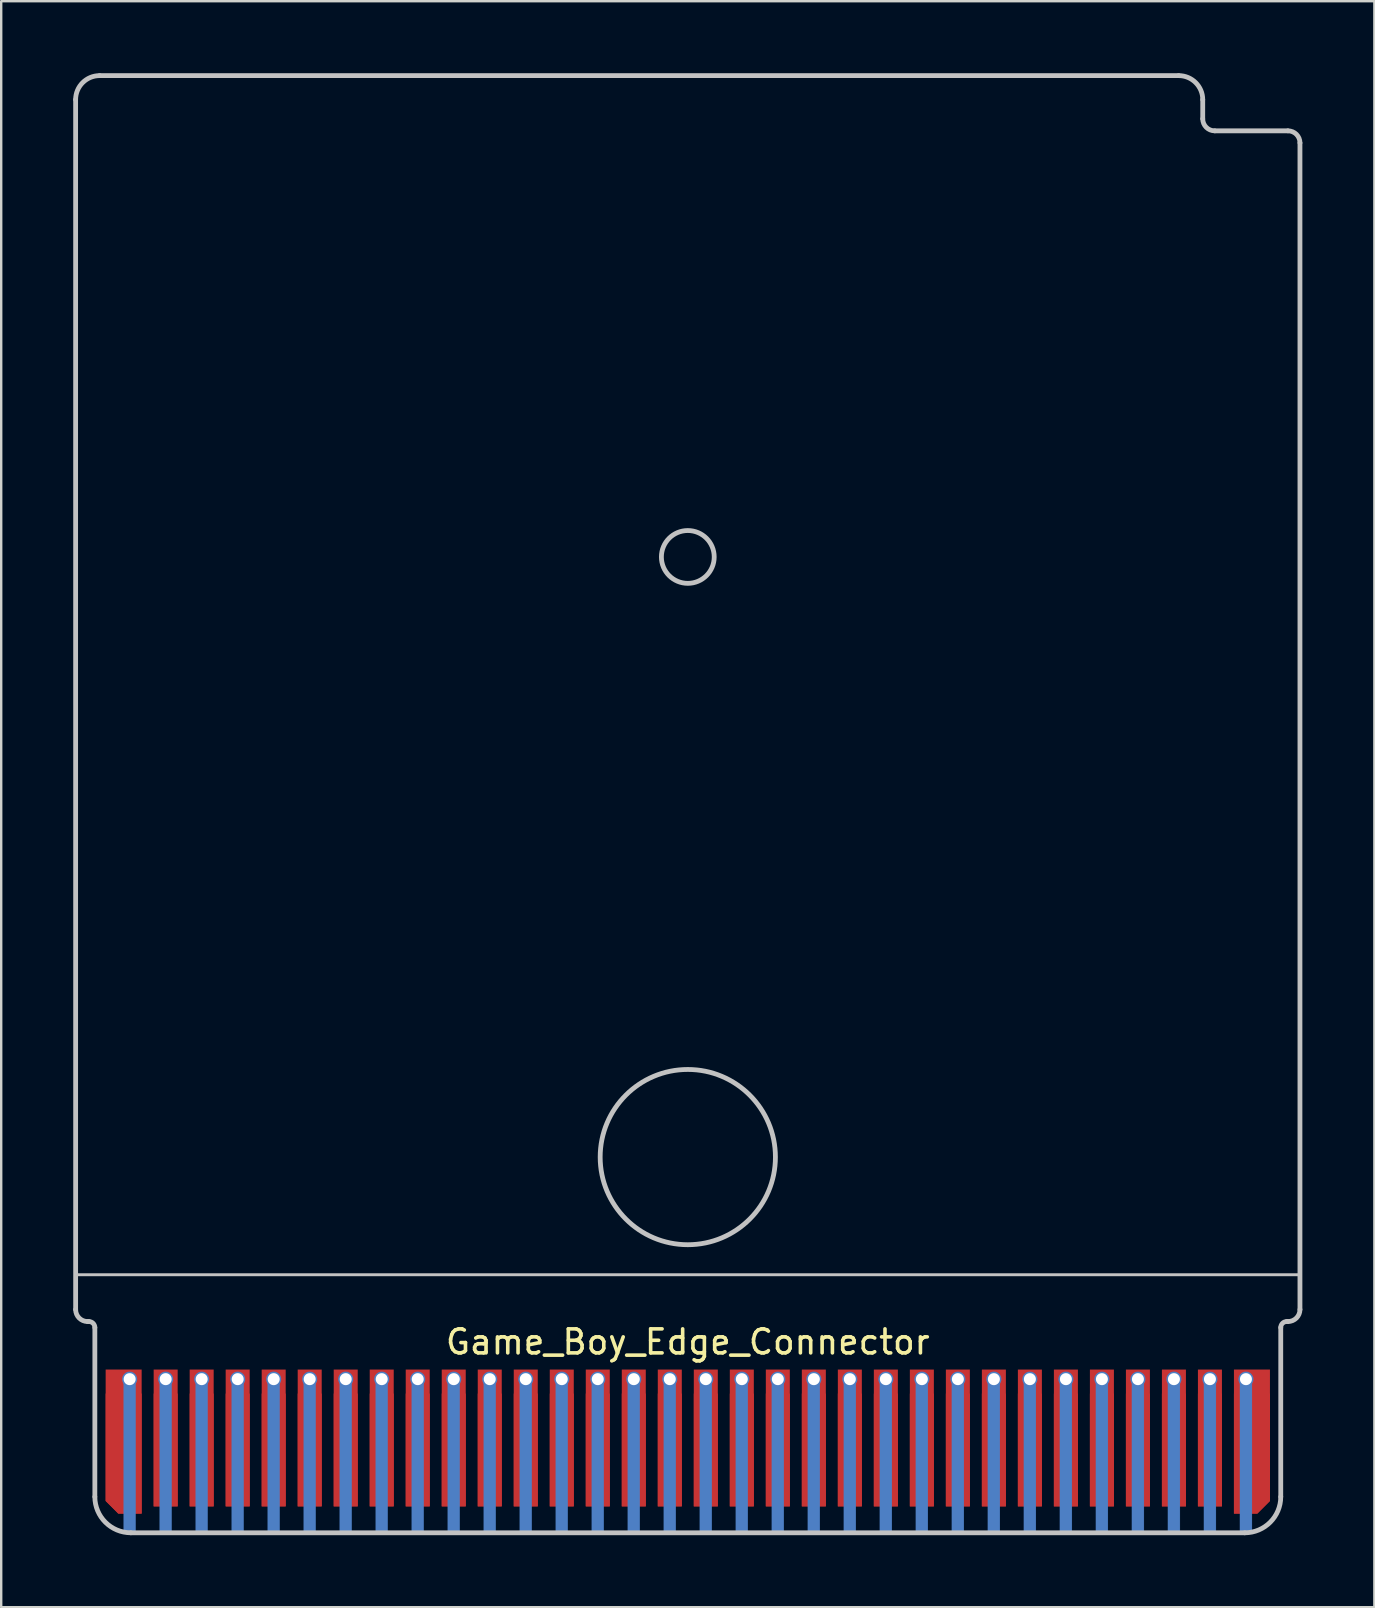
<source format=kicad_pcb>
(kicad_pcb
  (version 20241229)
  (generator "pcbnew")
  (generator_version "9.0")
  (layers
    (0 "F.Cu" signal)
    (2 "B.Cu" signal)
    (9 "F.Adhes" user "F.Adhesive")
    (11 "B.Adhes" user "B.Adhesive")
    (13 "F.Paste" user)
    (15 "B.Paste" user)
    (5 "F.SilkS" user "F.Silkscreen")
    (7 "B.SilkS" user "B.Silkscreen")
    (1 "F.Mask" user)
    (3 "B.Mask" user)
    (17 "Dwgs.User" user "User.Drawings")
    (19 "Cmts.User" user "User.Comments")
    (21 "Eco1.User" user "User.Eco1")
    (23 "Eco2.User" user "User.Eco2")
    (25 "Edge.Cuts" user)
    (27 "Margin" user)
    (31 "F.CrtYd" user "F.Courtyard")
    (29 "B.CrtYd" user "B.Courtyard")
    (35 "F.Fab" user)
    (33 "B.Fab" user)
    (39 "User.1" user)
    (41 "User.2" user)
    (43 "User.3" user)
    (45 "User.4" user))
  (footprint "Game_Boy_Edge_Connector"
    (layer "F.Cu")
    (at 25.601 56.85)
    (property "Reference" "Game_Boy_Edge_Connector" (at 0 -4 0) (unlocked yes) (layer "F.SilkS") (effects (font (size 1 1) (thickness 0.15))))
    (attr smd)
    (fp_rect (start -24.7 -1.85) (end 24.7 3.95) (stroke (width 0) (type solid)) (fill yes) (layer "F.Mask"))
    (fp_rect (start -23 -2.45) (end -23.5 3.95) (stroke (width 0.01) (type solid)) (fill yes) (layer "B.Cu"))
    (fp_rect (start -21.5 -2.45) (end -22 3.95) (stroke (width 0.01) (type solid)) (fill yes) (layer "B.Cu"))
    (fp_rect (start -20 -2.45) (end -20.5 3.95) (stroke (width 0.01) (type solid)) (fill yes) (layer "B.Cu"))
    (fp_rect (start -18.5 -2.45) (end -19 3.95) (stroke (width 0.01) (type solid)) (fill yes) (layer "B.Cu"))
    (fp_rect (start -17 -2.45) (end -17.5 3.95) (stroke (width 0.01) (type solid)) (fill yes) (layer "B.Cu"))
    (fp_rect (start -15.5 -2.45) (end -16 3.95) (stroke (width 0.01) (type solid)) (fill yes) (layer "B.Cu"))
    (fp_rect (start -14 -2.45) (end -14.5 3.95) (stroke (width 0.01) (type solid)) (fill yes) (layer "B.Cu"))
    (fp_rect (start -12.5 -2.45) (end -13 3.95) (stroke (width 0.01) (type solid)) (fill yes) (layer "B.Cu"))
    (fp_rect (start -11 -2.45) (end -11.5 3.95) (stroke (width 0.01) (type solid)) (fill yes) (layer "B.Cu"))
    (fp_rect (start -9.5 -2.45) (end -10 3.95) (stroke (width 0.01) (type solid)) (fill yes) (layer "B.Cu"))
    (fp_rect (start -8 -2.45) (end -8.5 3.95) (stroke (width 0.01) (type solid)) (fill yes) (layer "B.Cu"))
    (fp_rect (start -6.5 -2.45) (end -7 3.95) (stroke (width 0.01) (type solid)) (fill yes) (layer "B.Cu"))
    (fp_rect (start -5 -2.45) (end -5.5 3.95) (stroke (width 0.01) (type solid)) (fill yes) (layer "B.Cu"))
    (fp_rect (start -3.5 -2.45) (end -4 3.95) (stroke (width 0.01) (type solid)) (fill yes) (layer "B.Cu"))
    (fp_rect (start -2 -2.45) (end -2.5 3.95) (stroke (width 0.01) (type solid)) (fill yes) (layer "B.Cu"))
    (fp_rect (start -0.5 -2.45) (end -1 3.95) (stroke (width 0.01) (type solid)) (fill yes) (layer "B.Cu"))
    (fp_rect (start 1 -2.45) (end 0.5 3.95) (stroke (width 0.01) (type solid)) (fill yes) (layer "B.Cu"))
    (fp_rect (start 2.5 -2.45) (end 2 3.95) (stroke (width 0.01) (type solid)) (fill yes) (layer "B.Cu"))
    (fp_rect (start 4 -2.45) (end 3.5 3.95) (stroke (width 0.01) (type solid)) (fill yes) (layer "B.Cu"))
    (fp_rect (start 5.5 -2.45) (end 5 3.95) (stroke (width 0.01) (type solid)) (fill yes) (layer "B.Cu"))
    (fp_rect (start 7 -2.45) (end 6.5 3.95) (stroke (width 0.01) (type solid)) (fill yes) (layer "B.Cu"))
    (fp_rect (start 8.5 -2.45) (end 8 3.95) (stroke (width 0.01) (type solid)) (fill yes) (layer "B.Cu"))
    (fp_rect (start 10 -2.45) (end 9.5 3.95) (stroke (width 0.01) (type solid)) (fill yes) (layer "B.Cu"))
    (fp_rect (start 11.5 -2.45) (end 11 3.95) (stroke (width 0.01) (type solid)) (fill yes) (layer "B.Cu"))
    (fp_rect (start 13 -2.45) (end 12.5 3.95) (stroke (width 0.01) (type solid)) (fill yes) (layer "B.Cu"))
    (fp_rect (start 14.5 -2.45) (end 14 3.95) (stroke (width 0.01) (type solid)) (fill yes) (layer "B.Cu"))
    (fp_rect (start 16 -2.45) (end 15.5 3.95) (stroke (width 0.01) (type solid)) (fill yes) (layer "B.Cu"))
    (fp_rect (start 17.5 -2.45) (end 17 3.95) (stroke (width 0.01) (type solid)) (fill yes) (layer "B.Cu"))
    (fp_rect (start 19 -2.45) (end 18.5 3.95) (stroke (width 0.01) (type solid)) (fill yes) (layer "B.Cu"))
    (fp_rect (start 20.5 -2.45) (end 20 3.95) (stroke (width 0.01) (type solid)) (fill yes) (layer "B.Cu"))
    (fp_rect (start 22 -2.45) (end 21.5 3.95) (stroke (width 0.01) (type solid)) (fill yes) (layer "B.Cu"))
    (fp_rect (start 23.5 -2.45) (end 23 3.95) (stroke (width 0.01) (type solid)) (fill yes) (layer "B.Cu"))
    (fp_circle (center -23.25 -2.45) (end -23.012 -2.54) (stroke (width 0.12) (type solid)) (fill no) (layer "B.Cu"))
    (fp_circle (center -21.75 -2.45) (end -21.512 -2.54) (stroke (width 0.12) (type solid)) (fill no) (layer "B.Cu"))
    (fp_circle (center -20.25 -2.45) (end -20.012 -2.54) (stroke (width 0.12) (type solid)) (fill no) (layer "B.Cu"))
    (fp_circle (center -18.75 -2.45) (end -18.512 -2.54) (stroke (width 0.12) (type solid)) (fill no) (layer "B.Cu"))
    (fp_circle (center -17.25 -2.45) (end -17.012 -2.54) (stroke (width 0.12) (type solid)) (fill no) (layer "B.Cu"))
    (fp_circle (center -15.75 -2.45) (end -15.512 -2.54) (stroke (width 0.12) (type solid)) (fill no) (layer "B.Cu"))
    (fp_circle (center -14.25 -2.45) (end -14.012 -2.54) (stroke (width 0.12) (type solid)) (fill no) (layer "B.Cu"))
    (fp_circle (center -12.75 -2.45) (end -12.512 -2.54) (stroke (width 0.12) (type solid)) (fill no) (layer "B.Cu"))
    (fp_circle (center -11.25 -2.45) (end -11.012 -2.54) (stroke (width 0.12) (type solid)) (fill no) (layer "B.Cu"))
    (fp_circle (center -9.75 -2.45) (end -9.512 -2.54) (stroke (width 0.12) (type solid)) (fill no) (layer "B.Cu"))
    (fp_circle (center -8.25 -2.45) (end -8.012 -2.54) (stroke (width 0.12) (type solid)) (fill no) (layer "B.Cu"))
    (fp_circle (center -6.75 -2.45) (end -6.512 -2.54) (stroke (width 0.12) (type solid)) (fill no) (layer "B.Cu"))
    (fp_circle (center -5.25 -2.45) (end -5.012 -2.54) (stroke (width 0.12) (type solid)) (fill no) (layer "B.Cu"))
    (fp_circle (center -3.75 -2.45) (end -3.512 -2.54) (stroke (width 0.12) (type solid)) (fill no) (layer "B.Cu"))
    (fp_circle (center -2.25 -2.45) (end -2.012 -2.54) (stroke (width 0.12) (type solid)) (fill no) (layer "B.Cu"))
    (fp_circle (center -0.75 -2.45) (end -0.512 -2.54) (stroke (width 0.12) (type solid)) (fill no) (layer "B.Cu"))
    (fp_circle (center 0.75 -2.45) (end 0.988 -2.54) (stroke (width 0.12) (type solid)) (fill no) (layer "B.Cu"))
    (fp_circle (center 2.25 -2.45) (end 2.488 -2.54) (stroke (width 0.12) (type solid)) (fill no) (layer "B.Cu"))
    (fp_circle (center 3.75 -2.45) (end 3.988 -2.54) (stroke (width 0.12) (type solid)) (fill no) (layer "B.Cu"))
    (fp_circle (center 5.25 -2.45) (end 5.488 -2.54) (stroke (width 0.12) (type solid)) (fill no) (layer "B.Cu"))
    (fp_circle (center 6.75 -2.45) (end 6.988 -2.54) (stroke (width 0.12) (type solid)) (fill no) (layer "B.Cu"))
    (fp_circle (center 8.25 -2.45) (end 8.488 -2.54) (stroke (width 0.12) (type solid)) (fill no) (layer "B.Cu"))
    (fp_circle (center 9.75 -2.45) (end 9.988 -2.54) (stroke (width 0.12) (type solid)) (fill no) (layer "B.Cu"))
    (fp_circle (center 11.25 -2.45) (end 11.488 -2.54) (stroke (width 0.12) (type solid)) (fill no) (layer "B.Cu"))
    (fp_circle (center 12.75 -2.45) (end 12.988 -2.54) (stroke (width 0.12) (type solid)) (fill no) (layer "B.Cu"))
    (fp_circle (center 14.25 -2.45) (end 14.488 -2.54) (stroke (width 0.12) (type solid)) (fill no) (layer "B.Cu"))
    (fp_circle (center 15.75 -2.45) (end 15.988 -2.54) (stroke (width 0.12) (type solid)) (fill no) (layer "B.Cu"))
    (fp_circle (center 17.25 -2.45) (end 17.488 -2.54) (stroke (width 0.12) (type solid)) (fill no) (layer "B.Cu"))
    (fp_circle (center 18.75 -2.45) (end 18.988 -2.54) (stroke (width 0.12) (type solid)) (fill no) (layer "B.Cu"))
    (fp_circle (center 20.25 -2.45) (end 20.488 -2.54) (stroke (width 0.12) (type solid)) (fill no) (layer "B.Cu"))
    (fp_circle (center 21.75 -2.45) (end 21.988 -2.54) (stroke (width 0.12) (type solid)) (fill no) (layer "B.Cu"))
    (fp_circle (center 23.25 -2.45) (end 23.488 -2.54) (stroke (width 0.12) (type solid)) (fill no) (layer "B.Cu"))
    (fp_rect (start -24.7 3.95) (end -23.8 -1.85) (stroke (width 0.01) (type solid)) (fill yes) (layer "B.Mask"))
    (fp_rect (start -22.7 3.95) (end -22.3 -1.85) (stroke (width 0.01) (type solid)) (fill yes) (layer "B.Mask"))
    (fp_rect (start -21.2 3.95) (end -20.8 -1.85) (stroke (width 0.01) (type solid)) (fill yes) (layer "B.Mask"))
    (fp_rect (start -19.7 3.95) (end -19.3 -1.85) (stroke (width 0.01) (type solid)) (fill yes) (layer "B.Mask"))
    (fp_rect (start -18.2 3.95) (end -17.8 -1.85) (stroke (width 0.01) (type solid)) (fill yes) (layer "B.Mask"))
    (fp_rect (start -16.7 3.95) (end -16.3 -1.85) (stroke (width 0.01) (type solid)) (fill yes) (layer "B.Mask"))
    (fp_rect (start -15.2 3.95) (end -14.8 -1.85) (stroke (width 0.01) (type solid)) (fill yes) (layer "B.Mask"))
    (fp_rect (start -13.7 3.95) (end -13.3 -1.85) (stroke (width 0.01) (type solid)) (fill yes) (layer "B.Mask"))
    (fp_rect (start -12.2 3.95) (end -11.8 -1.85) (stroke (width 0.01) (type solid)) (fill yes) (layer "B.Mask"))
    (fp_rect (start -10.7 3.95) (end -10.3 -1.85) (stroke (width 0.01) (type solid)) (fill yes) (layer "B.Mask"))
    (fp_rect (start -9.2 3.95) (end -8.8 -1.85) (stroke (width 0.01) (type solid)) (fill yes) (layer "B.Mask"))
    (fp_rect (start -7.7 3.95) (end -7.3 -1.85) (stroke (width 0.01) (type solid)) (fill yes) (layer "B.Mask"))
    (fp_rect (start -6.2 3.95) (end -5.8 -1.85) (stroke (width 0.01) (type solid)) (fill yes) (layer "B.Mask"))
    (fp_rect (start -4.7 3.95) (end -4.3 -1.85) (stroke (width 0.01) (type solid)) (fill yes) (layer "B.Mask"))
    (fp_rect (start -3.2 3.95) (end -2.8 -1.85) (stroke (width 0.01) (type solid)) (fill yes) (layer "B.Mask"))
    (fp_rect (start -1.7 3.95) (end -1.3 -1.85) (stroke (width 0.01) (type solid)) (fill yes) (layer "B.Mask"))
    (fp_rect (start -0.2 3.95) (end 0.2 -1.85) (stroke (width 0.01) (type solid)) (fill yes) (layer "B.Mask"))
    (fp_rect (start 1.3 3.95) (end 1.7 -1.85) (stroke (width 0.01) (type solid)) (fill yes) (layer "B.Mask"))
    (fp_rect (start 2.8 3.95) (end 3.2 -1.85) (stroke (width 0.01) (type solid)) (fill yes) (layer "B.Mask"))
    (fp_rect (start 4.3 3.95) (end 4.7 -1.85) (stroke (width 0.01) (type solid)) (fill yes) (layer "B.Mask"))
    (fp_rect (start 5.8 3.95) (end 6.2 -1.85) (stroke (width 0.01) (type solid)) (fill yes) (layer "B.Mask"))
    (fp_rect (start 7.3 3.95) (end 7.7 -1.85) (stroke (width 0.01) (type solid)) (fill yes) (layer "B.Mask"))
    (fp_rect (start 8.8 3.95) (end 9.2 -1.85) (stroke (width 0.01) (type solid)) (fill yes) (layer "B.Mask"))
    (fp_rect (start 10.3 3.95) (end 10.7 -1.85) (stroke (width 0.01) (type solid)) (fill yes) (layer "B.Mask"))
    (fp_rect (start 11.8 3.95) (end 12.2 -1.85) (stroke (width 0.01) (type solid)) (fill yes) (layer "B.Mask"))
    (fp_rect (start 13.3 3.95) (end 13.7 -1.85) (stroke (width 0.01) (type solid)) (fill yes) (layer "B.Mask"))
    (fp_rect (start 14.8 3.95) (end 15.2 -1.85) (stroke (width 0.01) (type solid)) (fill yes) (layer "B.Mask"))
    (fp_rect (start 16.3 3.95) (end 16.7 -1.85) (stroke (width 0.01) (type solid)) (fill yes) (layer "B.Mask"))
    (fp_rect (start 17.8 3.95) (end 18.2 -1.85) (stroke (width 0.01) (type solid)) (fill yes) (layer "B.Mask"))
    (fp_rect (start 19.3 3.95) (end 19.7 -1.85) (stroke (width 0.01) (type solid)) (fill yes) (layer "B.Mask"))
    (fp_rect (start 20.8 3.95) (end 21.2 -1.85) (stroke (width 0.01) (type solid)) (fill yes) (layer "B.Mask"))
    (fp_rect (start 22.3 3.95) (end 22.7 -1.85) (stroke (width 0.01) (type solid)) (fill yes) (layer "B.Mask"))
    (fp_rect (start 24.7 3.95) (end 23.8 -1.85) (stroke (width 0.01) (type solid)) (fill yes) (layer "B.Mask"))
    (fp_line (start -25.501 -55.75) (end -25.5 -5.35) (stroke (width 0.2) (type solid)) (layer "Dwgs.User"))
    (fp_line (start -25.5 -6.8) (end 25.5 -6.8) (stroke (width 0.12) (type solid)) (layer "Dwgs.User"))
    (fp_line (start -24.95 -4.85) (end -25 -4.85) (stroke (width 0.2) (type solid)) (layer "Dwgs.User"))
    (fp_line (start -24.7 2.45) (end -24.7 -4.6) (stroke (width 0.2) (type solid)) (layer "Dwgs.User"))
    (fp_line (start -23.2 3.95) (end 23.2 3.95) (stroke (width 0.2) (type solid)) (layer "Dwgs.User"))
    (fp_line (start 20.45 -56.75) (end -24.501 -56.75) (stroke (width 0.2) (type solid)) (layer "Dwgs.User"))
    (fp_line (start 21.45 -55.75) (end 21.45 -54.95) (stroke (width 0.2) (type solid)) (layer "Dwgs.User"))
    (fp_line (start 24.7 2.45) (end 24.7 -4.6) (stroke (width 0.2) (type solid)) (layer "Dwgs.User"))
    (fp_line (start 25 -54.45) (end 21.95 -54.45) (stroke (width 0.2) (type solid)) (layer "Dwgs.User"))
    (fp_line (start 25 -4.85) (end 24.95 -4.85) (stroke (width 0.2) (type solid)) (layer "Dwgs.User"))
    (fp_line (start 25.5 -5.35) (end 25.5 -53.95) (stroke (width 0.2) (type solid)) (layer "Dwgs.User"))
    (fp_arc (start -25.501 -55.75) (mid -25.208107 -56.457107) (end -24.501 -56.75) (stroke (width 0.2) (type solid)) (layer "Dwgs.User"))
    (fp_arc (start -25 -4.85) (mid -25.353553 -4.996447) (end -25.5 -5.35) (stroke (width 0.2) (type solid)) (layer "Dwgs.User"))
    (fp_arc (start -24.95 -4.85) (mid -24.773223 -4.776777) (end -24.7 -4.6) (stroke (width 0.2) (type solid)) (layer "Dwgs.User"))
    (fp_arc (start -23.199561 3.949559) (mid -24.260335 3.510527) (end -24.699998 2.449998) (stroke (width 0.2) (type solid)) (layer "Dwgs.User"))
    (fp_arc (start 20.45 -56.75) (mid 21.157107 -56.457107) (end 21.45 -55.75) (stroke (width 0.2) (type solid)) (layer "Dwgs.User"))
    (fp_arc (start 21.95 -54.45) (mid 21.596447 -54.596447) (end 21.45 -54.95) (stroke (width 0.2) (type solid)) (layer "Dwgs.User"))
    (fp_arc (start 24.7 -4.6) (mid 24.773223 -4.776777) (end 24.95 -4.85) (stroke (width 0.2) (type solid)) (layer "Dwgs.User"))
    (fp_arc (start 24.700002 2.449998) (mid 24.26096 3.510764) (end 23.200441 3.950435) (stroke (width 0.2) (type solid)) (layer "Dwgs.User"))
    (fp_arc (start 25 -54.45) (mid 25.353553 -54.303553) (end 25.5 -53.95) (stroke (width 0.2) (type solid)) (layer "Dwgs.User"))
    (fp_arc (start 25.5 -5.35) (mid 25.353553 -4.996447) (end 25 -4.85) (stroke (width 0.2) (type solid)) (layer "Dwgs.User"))
    (fp_circle (center 0 -36.7) (end 1.1 -36.7) (stroke (width 0.2) (type solid)) (fill no) (layer "Dwgs.User"))
    (fp_circle (center 0 -11.7) (end 3.65 -11.7) (stroke (width 0.2) (type solid)) (fill no) (layer "Dwgs.User"))
    (pad "" smd roundrect (at -23.5 0.65) (size 1.5 5) (layers "F.Cu" "F.Mask") (roundrect_rratio 0) (chamfer_ratio 0.35) (chamfer bottom_left))
    (pad "" smd rect (at -21.75 0.5 180) (size 1 4.7) (layers "F.Cu" "F.Mask"))
    (pad "" smd rect (at -20.25 0.5 180) (size 1 4.7) (layers "F.Cu" "F.Mask"))
    (pad "" smd rect (at -18.75 0.5 180) (size 1 4.7) (layers "F.Cu" "F.Mask"))
    (pad "" smd rect (at -17.25 0.5 180) (size 1 4.7) (layers "F.Cu" "F.Mask"))
    (pad "" smd rect (at -15.75 0.5 180) (size 1 4.7) (layers "F.Cu" "F.Mask"))
    (pad "" smd rect (at -14.25 0.5 180) (size 1 4.7) (layers "F.Cu" "F.Mask"))
    (pad "" smd rect (at -12.75 0.5 180) (size 1 4.7) (layers "F.Cu" "F.Mask"))
    (pad "" smd rect (at -11.25 0.5 180) (size 1 4.7) (layers "F.Cu" "F.Mask"))
    (pad "" smd rect (at -9.75 0.5 180) (size 1 4.7) (layers "F.Cu" "F.Mask"))
    (pad "" smd rect (at -8.25 0.5 180) (size 1 4.7) (layers "F.Cu" "F.Mask"))
    (pad "" smd rect (at -6.75 0.5 180) (size 1 4.7) (layers "F.Cu" "F.Mask"))
    (pad "" smd rect (at -5.25 0.5 180) (size 1 4.7) (layers "F.Cu" "F.Mask"))
    (pad "" smd rect (at -3.75 0.5 180) (size 1 4.7) (layers "F.Cu" "F.Mask"))
    (pad "" smd rect (at -2.25 0.5 180) (size 1 4.7) (layers "F.Cu" "F.Mask"))
    (pad "" smd rect (at -0.75 0.5) (size 1 4.7) (layers "F.Cu" "F.Mask"))
    (pad "" smd rect (at 0.75 0.5 180) (size 1 4.7) (layers "F.Cu" "F.Mask"))
    (pad "" smd rect (at 2.25 0.5 180) (size 1 4.7) (layers "F.Cu" "F.Mask"))
    (pad "" smd rect (at 3.75 0.5 180) (size 1 4.7) (layers "F.Cu" "F.Mask"))
    (pad "" smd rect (at 5.25 0.5 180) (size 1 4.7) (layers "F.Cu" "F.Mask"))
    (pad "" smd rect (at 6.75 0.5 180) (size 1 4.7) (layers "F.Cu" "F.Mask"))
    (pad "" smd rect (at 8.25 0.5 180) (size 1 4.7) (layers "F.Cu" "F.Mask"))
    (pad "" smd rect (at 9.75 0.5 180) (size 1 4.7) (layers "F.Cu" "F.Mask"))
    (pad "" smd rect (at 11.25 0.5 180) (size 1 4.7) (layers "F.Cu" "F.Mask"))
    (pad "" smd rect (at 12.75 0.5 180) (size 1 4.7) (layers "F.Cu" "F.Mask"))
    (pad "" smd rect (at 14.25 0.5 180) (size 1 4.7) (layers "F.Cu" "F.Mask"))
    (pad "" smd rect (at 15.75 0.5 180) (size 1 4.7) (layers "F.Cu" "F.Mask"))
    (pad "" smd rect (at 17.25 0.5 180) (size 1 4.7) (layers "F.Cu" "F.Mask"))
    (pad "" smd rect (at 18.75 0.5 180) (size 1 4.7) (layers "F.Cu" "F.Mask"))
    (pad "" smd rect (at 20.25 0.5 180) (size 1 4.7) (layers "F.Cu" "F.Mask"))
    (pad "" smd rect (at 21.75 0.5 180) (size 1 4.7) (layers "F.Cu" "F.Mask"))
    (pad "" smd roundrect (at 23.5 0.65) (size 1.5 5) (layers "F.Cu" "F.Mask" "F.Paste") (roundrect_rratio 0) (chamfer_ratio 0.35) (chamfer bottom_right))
    (pad "1" smd roundrect (at -23.5 0.15) (size 1.5 6) (layers "F.Cu" "F.Paste") (roundrect_rratio 0) (chamfer_ratio 0.35) (chamfer bottom_left))
    (pad "1" thru_hole circle (at -23.25 -2.45 180) (size 0.55 0.55) (drill 0.5) (layers "*.Cu" "*.Mask"))
    (pad "2" thru_hole circle (at -21.75 -2.45 180) (size 0.55 0.55) (drill 0.5) (layers "*.Cu" "*.Mask"))
    (pad "2" smd rect (at -21.75 0 180) (size 1 5.7) (layers "F.Cu" "F.Paste"))
    (pad "3" thru_hole circle (at -20.25 -2.45 180) (size 0.55 0.55) (drill 0.5) (layers "*.Cu" "*.Mask"))
    (pad "3" smd rect (at -20.25 0 180) (size 1 5.7) (layers "F.Cu" "F.Paste"))
    (pad "4" thru_hole circle (at -18.75 -2.45 180) (size 0.55 0.55) (drill 0.5) (layers "*.Cu" "*.Mask"))
    (pad "4" smd rect (at -18.75 0 180) (size 1 5.7) (layers "F.Cu" "F.Paste"))
    (pad "5" thru_hole circle (at -17.25 -2.45 180) (size 0.55 0.55) (drill 0.5) (layers "*.Cu" "*.Mask"))
    (pad "5" smd rect (at -17.25 0 180) (size 1 5.7) (layers "F.Cu" "F.Paste"))
    (pad "6" thru_hole circle (at -15.75 -2.45 180) (size 0.55 0.55) (drill 0.5) (layers "*.Cu" "*.Mask"))
    (pad "6" smd rect (at -15.75 0 180) (size 1 5.7) (layers "F.Cu" "F.Paste"))
    (pad "7" thru_hole circle (at -14.25 -2.45 180) (size 0.55 0.55) (drill 0.5) (layers "*.Cu" "*.Mask"))
    (pad "7" smd rect (at -14.25 0 180) (size 1 5.7) (layers "F.Cu" "F.Paste"))
    (pad "8" thru_hole circle (at -12.75 -2.45 180) (size 0.55 0.55) (drill 0.5) (layers "*.Cu" "*.Mask"))
    (pad "8" smd rect (at -12.75 0 180) (size 1 5.7) (layers "F.Cu" "F.Paste"))
    (pad "9" thru_hole circle (at -11.25 -2.45 180) (size 0.55 0.55) (drill 0.5) (layers "*.Cu" "*.Mask"))
    (pad "9" smd rect (at -11.25 0 180) (size 1 5.7) (layers "F.Cu" "F.Paste"))
    (pad "10" thru_hole circle (at -9.75 -2.45 180) (size 0.55 0.55) (drill 0.5) (layers "*.Cu" "*.Mask"))
    (pad "10" smd rect (at -9.75 0 180) (size 1 5.7) (layers "F.Cu" "F.Paste"))
    (pad "11" thru_hole circle (at -8.25 -2.45 180) (size 0.55 0.55) (drill 0.5) (layers "*.Cu" "*.Mask"))
    (pad "11" smd rect (at -8.25 0 180) (size 1 5.7) (layers "F.Cu" "F.Paste"))
    (pad "12" thru_hole circle (at -6.75 -2.45 180) (size 0.55 0.55) (drill 0.5) (layers "*.Cu" "*.Mask"))
    (pad "12" smd rect (at -6.75 0 180) (size 1 5.7) (layers "F.Cu" "F.Paste"))
    (pad "13" thru_hole circle (at -5.25 -2.45 180) (size 0.55 0.55) (drill 0.5) (layers "*.Cu" "*.Mask"))
    (pad "13" smd rect (at -5.25 0 180) (size 1 5.7) (layers "F.Cu" "F.Paste"))
    (pad "14" thru_hole circle (at -3.75 -2.45 180) (size 0.55 0.55) (drill 0.5) (layers "*.Cu" "*.Mask"))
    (pad "14" smd rect (at -3.75 0 180) (size 1 5.7) (layers "F.Cu" "F.Paste"))
    (pad "15" thru_hole circle (at -2.25 -2.45 180) (size 0.55 0.55) (drill 0.5) (layers "*.Cu" "*.Mask"))
    (pad "15" smd rect (at -2.25 0 180) (size 1 5.7) (layers "F.Cu" "F.Paste"))
    (pad "16" thru_hole circle (at -0.75 -2.45 180) (size 0.55 0.55) (drill 0.5) (layers "*.Cu" "*.Mask"))
    (pad "16" smd rect (at -0.75 0) (size 1 5.7) (layers "F.Cu" "F.Paste"))
    (pad "17" thru_hole circle (at 0.75 -2.45 180) (size 0.55 0.55) (drill 0.5) (layers "*.Cu" "*.Mask"))
    (pad "17" smd rect (at 0.75 0 180) (size 1 5.7) (layers "F.Cu" "F.Paste"))
    (pad "18" thru_hole circle (at 2.25 -2.45 180) (size 0.55 0.55) (drill 0.5) (layers "*.Cu" "*.Mask"))
    (pad "18" smd rect (at 2.25 0 180) (size 1 5.7) (layers "F.Cu" "F.Paste"))
    (pad "19" thru_hole circle (at 3.75 -2.45 180) (size 0.55 0.55) (drill 0.5) (layers "*.Cu" "*.Mask"))
    (pad "19" smd rect (at 3.75 0 180) (size 1 5.7) (layers "F.Cu" "F.Paste"))
    (pad "20" thru_hole circle (at 5.25 -2.45 180) (size 0.55 0.55) (drill 0.5) (layers "*.Cu" "*.Mask"))
    (pad "20" smd rect (at 5.25 0 180) (size 1 5.7) (layers "F.Cu" "F.Paste"))
    (pad "21" thru_hole circle (at 6.75 -2.45 180) (size 0.55 0.55) (drill 0.5) (layers "*.Cu" "*.Mask"))
    (pad "21" smd rect (at 6.75 0 180) (size 1 5.7) (layers "F.Cu" "F.Paste"))
    (pad "22" thru_hole circle (at 8.25 -2.45 180) (size 0.55 0.55) (drill 0.5) (layers "*.Cu" "*.Mask"))
    (pad "22" smd rect (at 8.25 0 180) (size 1 5.7) (layers "F.Cu" "F.Paste"))
    (pad "23" thru_hole circle (at 9.75 -2.45 180) (size 0.55 0.55) (drill 0.5) (layers "*.Cu" "*.Mask"))
    (pad "23" smd rect (at 9.75 0 180) (size 1 5.7) (layers "F.Cu" "F.Paste"))
    (pad "24" thru_hole circle (at 11.25 -2.45 180) (size 0.55 0.55) (drill 0.5) (layers "*.Cu" "*.Mask"))
    (pad "24" smd rect (at 11.25 0 180) (size 1 5.7) (layers "F.Cu" "F.Paste"))
    (pad "25" thru_hole circle (at 12.75 -2.45 180) (size 0.55 0.55) (drill 0.5) (layers "*.Cu" "*.Mask"))
    (pad "25" smd rect (at 12.75 0 180) (size 1 5.7) (layers "F.Cu" "F.Paste"))
    (pad "26" thru_hole circle (at 14.25 -2.45 180) (size 0.55 0.55) (drill 0.5) (layers "*.Cu" "*.Mask"))
    (pad "26" smd rect (at 14.25 0 180) (size 1 5.7) (layers "F.Cu" "F.Paste"))
    (pad "27" thru_hole circle (at 15.75 -2.45 180) (size 0.55 0.55) (drill 0.5) (layers "*.Cu" "*.Mask"))
    (pad "27" smd rect (at 15.75 0 180) (size 1 5.7) (layers "F.Cu" "F.Paste"))
    (pad "28" thru_hole circle (at 17.25 -2.45 180) (size 0.55 0.55) (drill 0.5) (layers "*.Cu" "*.Mask"))
    (pad "28" smd rect (at 17.25 0 180) (size 1 5.7) (layers "F.Cu" "F.Paste"))
    (pad "29" thru_hole circle (at 18.75 -2.45 180) (size 0.55 0.55) (drill 0.5) (layers "*.Cu" "*.Mask"))
    (pad "29" smd rect (at 18.75 0 180) (size 1 5.7) (layers "F.Cu" "F.Paste"))
    (pad "30" thru_hole circle (at 20.25 -2.45 180) (size 0.55 0.55) (drill 0.5) (layers "*.Cu" "*.Mask"))
    (pad "30" smd rect (at 20.25 0 180) (size 1 5.7) (layers "F.Cu" "F.Paste"))
    (pad "31" thru_hole circle (at 21.75 -2.45 180) (size 0.55 0.55) (drill 0.5) (layers "*.Cu" "*.Mask"))
    (pad "31" smd rect (at 21.75 0 180) (size 1 5.7) (layers "F.Cu" "F.Paste"))
    (pad "32" thru_hole circle (at 23.25 -2.45 180) (size 0.55 0.55) (drill 0.5) (layers "*.Cu" "*.Mask"))
    (pad "32" smd roundrect (at 23.5 0.15) (size 1.5 6) (layers "F.Cu" "F.Paste") (roundrect_rratio 0) (chamfer_ratio 0.35) (chamfer bottom_right)))
  (gr_rect
    (start -3 -3)
    (end 54.201 63.9)
    (stroke (width 0.1) (type default))
    (fill no)
    (layer "Edge.Cuts")))
</source>
